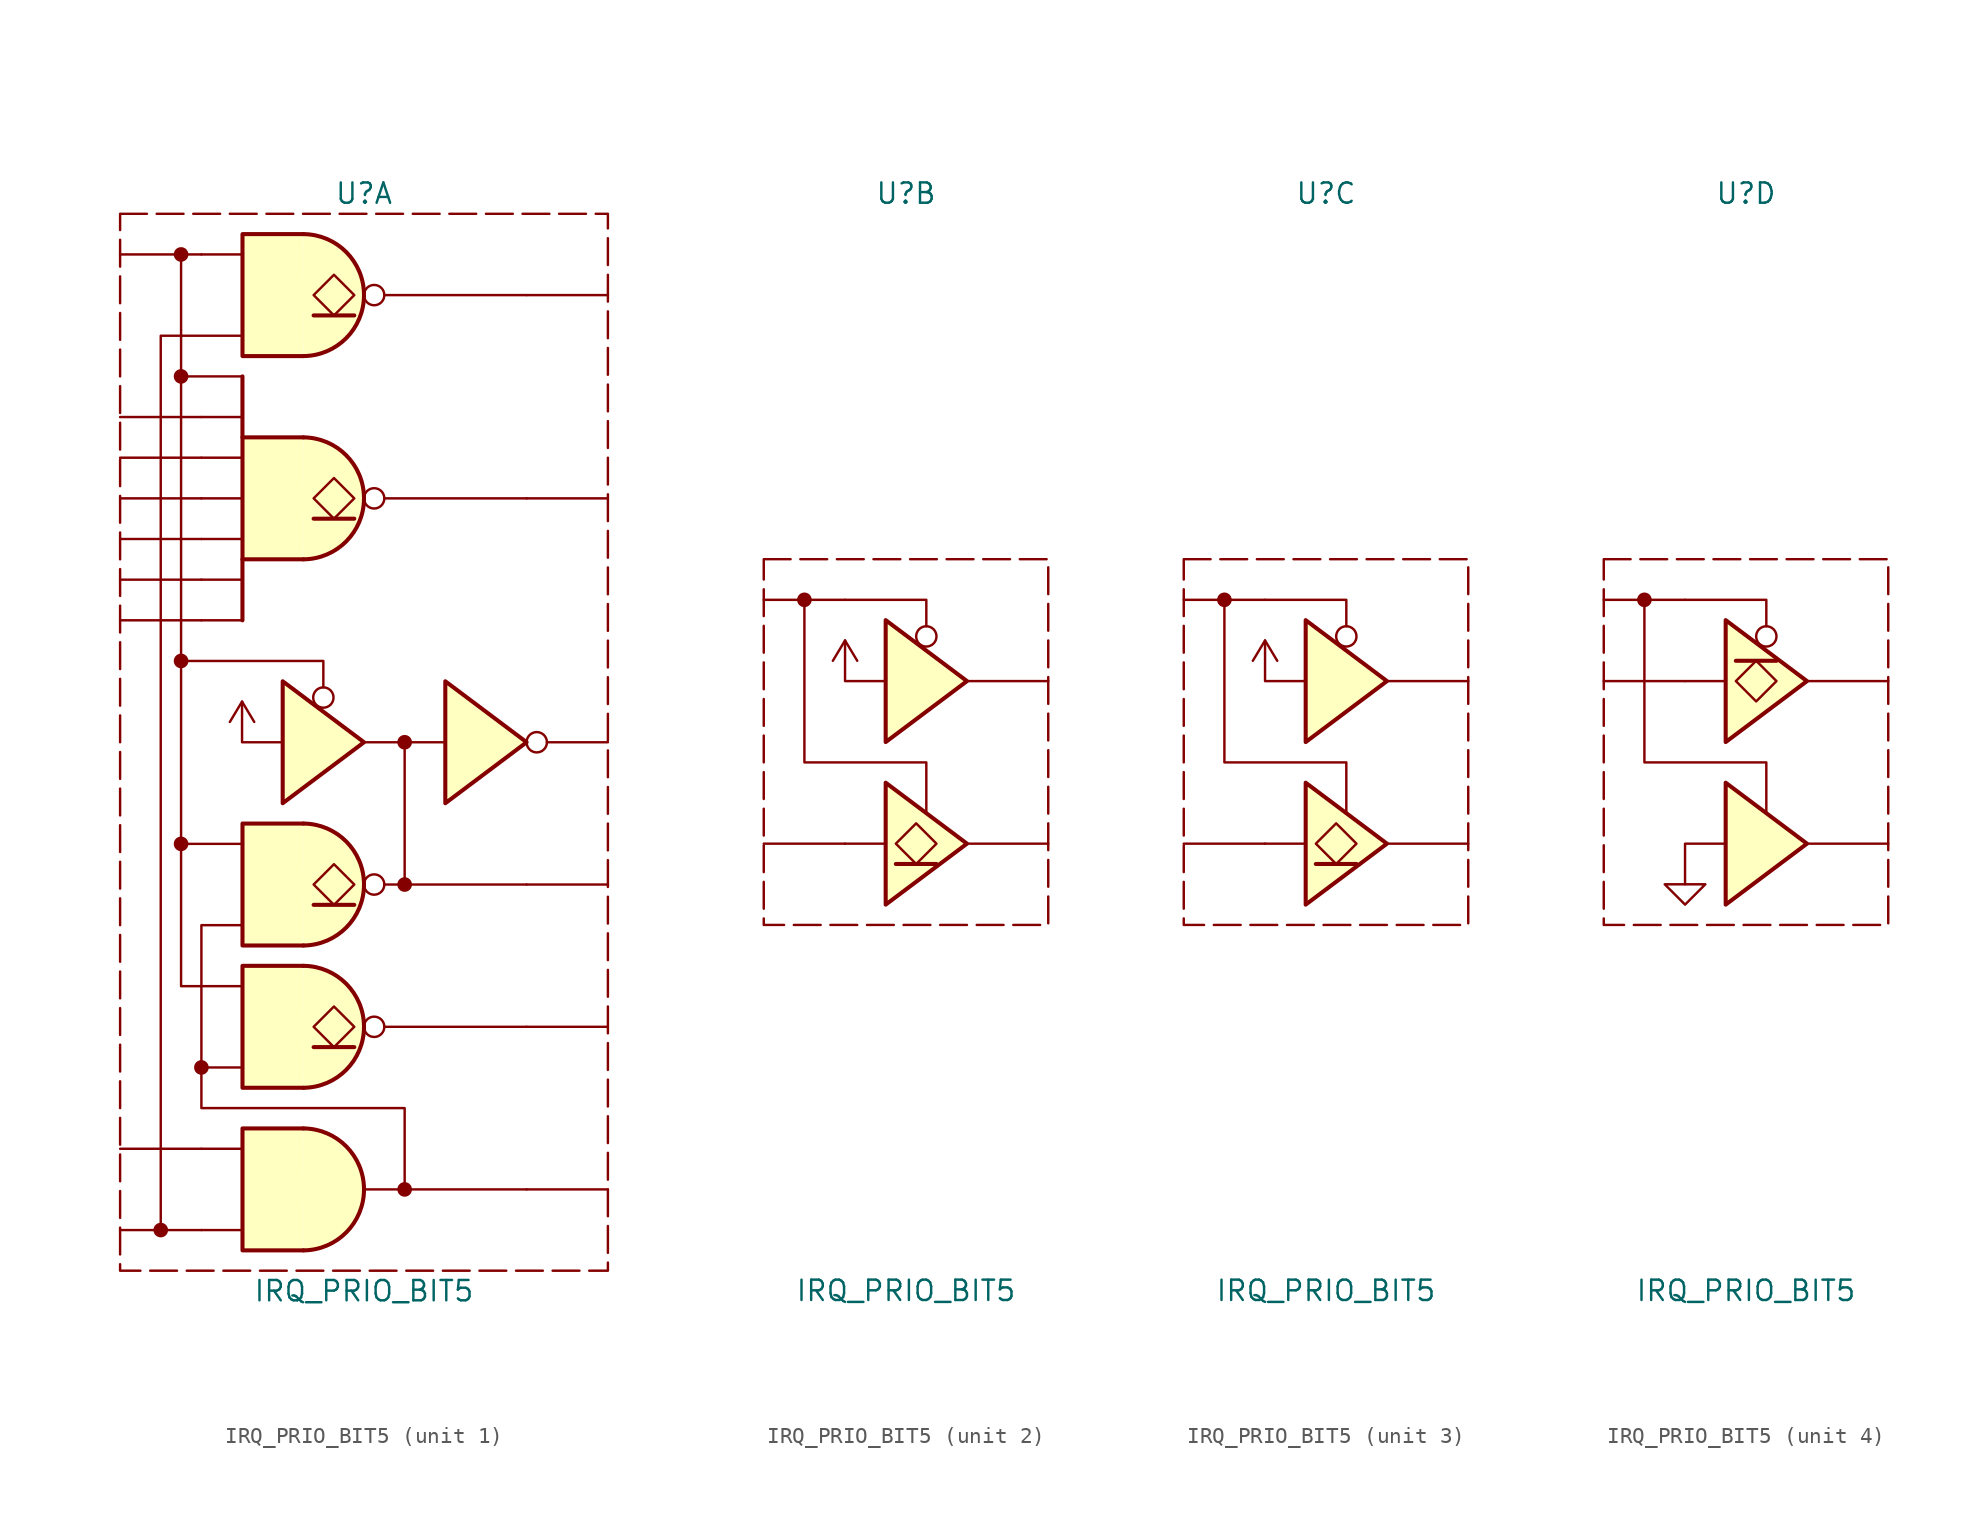
<source format=kicad_sym>
(kicad_symbol_lib
  (version 20231120)
  (generator "kicad_symbol_editor")
  (generator_version "8.0")
  (symbol "IRQ_PRIO_BIT5"
    (pin_numbers hide)
    (pin_names hide)
    (property "Reference" "U"
      (at 0 34.29 0)
      (effects (font (size 1.27 1.27))))
    (property "Value" "IRQ_PRIO_BIT5"
      (at 0 -34.29 0)
      (effects (font (size 1.27 1.27))))
    (property "ki_locked" ""
      (at 0 0 0)
      (effects (font (size 1.27 1.27))))
    (symbol "IRQ_PRIO_BIT5_1_0"
      (polyline (pts (xy -5.08 3.81) (xy -5.08 -3.81) (xy 0 0) (xy -5.08 3.81)) (stroke (width 0.254) (type default)) (fill (type background)))
      (polyline (pts (xy 5.08 3.81) (xy 5.08 -3.81) (xy 10.16 0) (xy 5.08 3.81)) (stroke (width 0.254) (type default)) (fill (type background))))
    (symbol "IRQ_PRIO_BIT5_1_1"
      (rectangle (start -15.24 33.02) (end 15.24 -33.02) (stroke (width 0) (type dash)) (fill (type none)))
      (circle (center -12.7 -30.48) (radius 0.381) (stroke (width 0) (type default)) (fill (type outline)))
      (circle (center -11.43 -6.35) (radius 0.381) (stroke (width 0) (type default)) (fill (type outline)))
      (circle (center -11.43 5.08) (radius 0.381) (stroke (width 0) (type default)) (fill (type outline)))
      (circle (center -11.43 22.86) (radius 0.381) (stroke (width 0) (type default)) (fill (type outline)))
      (circle (center -11.43 30.48) (radius 0.381) (stroke (width 0) (type default)) (fill (type outline)))
      (circle (center -10.16 -20.32) (radius 0.381) (stroke (width 0) (type default)) (fill (type outline)))
      (arc (start -3.7824 -31.75) (mid 0.0001 -27.94) (end -3.7824 -24.13) (stroke (width 0.254) (type default)) (fill (type background)))
      (arc (start -3.7824 -21.59) (mid 0.0001 -17.78) (end -3.7824 -13.97) (stroke (width 0.254) (type default)) (fill (type background)))
      (arc (start -3.7824 -12.7) (mid 0.0001 -8.89) (end -3.7824 -5.08) (stroke (width 0.254) (type default)) (fill (type background)))
      (arc (start -3.7824 11.43) (mid 0.0001 15.24) (end -3.7824 19.05) (stroke (width 0.254) (type default)) (fill (type background)))
      (arc (start -3.7824 24.13) (mid 0.0001 27.94) (end -3.7824 31.75) (stroke (width 0.254) (type default)) (fill (type background)))
      (circle (center -2.54 2.794) (radius 0.635) (stroke (width 0) (type default)) (fill (type none)))
      (polyline (pts (xy -11.43 -6.35) (xy -7.62 -6.35)) (stroke (width 0) (type default)) (fill (type none)))
      (polyline (pts (xy -10.16 -30.48) (xy -7.62 -30.48)) (stroke (width 0) (type default)) (fill (type none)))
      (polyline (pts (xy -10.16 -25.4) (xy -7.62 -25.4)) (stroke (width 0) (type default)) (fill (type none)))
      (polyline (pts (xy -10.16 17.78) (xy -7.62 17.78)) (stroke (width 0) (type default)) (fill (type none)))
      (polyline (pts (xy -10.16 20.32) (xy -7.62 20.32)) (stroke (width 0) (type default)) (fill (type none)))
      (polyline (pts (xy -10.16 30.48) (xy -7.62 30.48)) (stroke (width 0) (type default)) (fill (type none)))
      (polyline (pts (xy -7.62 7.62) (xy -10.16 7.62)) (stroke (width 0) (type default)) (fill (type none)))
      (polyline (pts (xy -7.62 10.16) (xy -10.16 10.16)) (stroke (width 0) (type default)) (fill (type none)))
      (polyline (pts (xy -7.62 12.7) (xy -10.16 12.7)) (stroke (width 0) (type default)) (fill (type none)))
      (polyline (pts (xy -7.62 15.24) (xy -10.16 15.24)) (stroke (width 0) (type default)) (fill (type none)))
      (polyline (pts (xy -7.62 22.86) (xy -11.43 22.86)) (stroke (width 0) (type default)) (fill (type none)))
      (polyline (pts (xy -7.595 11.43) (xy -7.595 7.62)) (stroke (width 0.254) (type default)) (fill (type background)))
      (polyline (pts (xy -7.595 22.86) (xy -7.595 19.05)) (stroke (width 0.254) (type default)) (fill (type background)))
      (polyline (pts (xy -3.147 -19.05) (xy -0.607 -19.05)) (stroke (width 0.254) (type default)) (fill (type none)))
      (polyline (pts (xy -3.147 -10.16) (xy -0.607 -10.16)) (stroke (width 0.254) (type default)) (fill (type none)))
      (polyline (pts (xy -3.147 13.97) (xy -0.607 13.97)) (stroke (width 0.254) (type default)) (fill (type none)))
      (polyline (pts (xy -3.147 26.67) (xy -0.607 26.67)) (stroke (width 0.254) (type default)) (fill (type none)))
      (polyline (pts (xy 2.54 0) (xy 5.08 0)) (stroke (width 0) (type default)) (fill (type none)))
      (polyline (pts (xy 10.16 -27.94) (xy 0 -27.94)) (stroke (width 0) (type default)) (fill (type none)))
      (polyline (pts (xy 10.16 -17.78) (xy 1.27 -17.78)) (stroke (width 0) (type default)) (fill (type none)))
      (polyline (pts (xy 10.16 -8.89) (xy 1.27 -8.89)) (stroke (width 0) (type default)) (fill (type none)))
      (polyline (pts (xy 10.16 15.24) (xy 1.27 15.24)) (stroke (width 0) (type default)) (fill (type none)))
      (polyline (pts (xy 10.16 27.94) (xy 1.27 27.94)) (stroke (width 0) (type default)) (fill (type none)))
      (polyline (pts (xy -11.43 5.08) (xy -2.54 5.08) (xy -2.54 3.429)) (stroke (width 0) (type default)) (fill (type none)))
      (polyline (pts (xy -11.43 30.48) (xy -11.43 -15.24) (xy -7.62 -15.24)) (stroke (width 0) (type default)) (fill (type none)))
      (polyline (pts (xy -10.16 -20.32) (xy -10.16 -11.43) (xy -7.62 -11.43)) (stroke (width 0) (type default)) (fill (type none)))
      (polyline (pts (xy -8.382 1.27) (xy -7.62 2.54) (xy -6.858 1.27)) (stroke (width 0) (type default)) (fill (type none)))
      (polyline (pts (xy -7.62 25.4) (xy -12.7 25.4) (xy -12.7 -30.48)) (stroke (width 0) (type default)) (fill (type none)))
      (polyline (pts (xy -5.08 0) (xy -7.62 0) (xy -7.62 2.54)) (stroke (width 0) (type default)) (fill (type none)))
      (polyline (pts (xy 0 0) (xy 2.54 0) (xy 2.54 -8.89)) (stroke (width 0) (type default)) (fill (type none)))
      (polyline (pts (xy -3.782 -24.13) (xy -7.592 -24.13) (xy -7.592 -31.75) (xy -3.782 -31.75)) (stroke (width 0.254) (type default)) (fill (type background)))
      (polyline (pts (xy -3.782 -13.97) (xy -7.592 -13.97) (xy -7.592 -21.59) (xy -3.782 -21.59)) (stroke (width 0.254) (type default)) (fill (type background)))
      (polyline (pts (xy -3.782 -5.08) (xy -7.592 -5.08) (xy -7.592 -12.7) (xy -3.782 -12.7)) (stroke (width 0.254) (type default)) (fill (type background)))
      (polyline (pts (xy -3.782 19.05) (xy -7.592 19.05) (xy -7.592 11.43) (xy -3.782 11.43)) (stroke (width 0.254) (type default)) (fill (type background)))
      (polyline (pts (xy -3.782 31.75) (xy -7.592 31.75) (xy -7.592 24.13) (xy -3.782 24.13)) (stroke (width 0.254) (type default)) (fill (type background)))
      (polyline (pts (xy -7.62 -20.32) (xy -10.16 -20.32) (xy -10.16 -22.86) (xy 2.54 -22.86) (xy 2.54 -27.94)) (stroke (width 0) (type default)) (fill (type none)))
      (polyline (pts (xy -0.607 -17.78) (xy -1.877 -16.51) (xy -3.147 -17.78) (xy -1.877 -19.05) (xy -0.607 -17.78)) (stroke (width 0) (type default)) (fill (type none)))
      (polyline (pts (xy -0.607 -8.89) (xy -1.877 -7.62) (xy -3.147 -8.89) (xy -1.877 -10.16) (xy -0.607 -8.89)) (stroke (width 0) (type default)) (fill (type none)))
      (polyline (pts (xy -0.607 15.24) (xy -1.877 16.51) (xy -3.147 15.24) (xy -1.877 13.97) (xy -0.607 15.24)) (stroke (width 0) (type default)) (fill (type none)))
      (polyline (pts (xy -0.607 27.94) (xy -1.877 29.21) (xy -3.147 27.94) (xy -1.877 26.67) (xy -0.607 27.94)) (stroke (width 0) (type default)) (fill (type none)))
      (circle (center 0.635 -17.78) (radius 0.635) (stroke (width 0) (type default)) (fill (type none)))
      (circle (center 0.635 -8.89) (radius 0.635) (stroke (width 0) (type default)) (fill (type none)))
      (circle (center 0.635 15.24) (radius 0.635) (stroke (width 0) (type default)) (fill (type none)))
      (circle (center 0.635 27.94) (radius 0.635) (stroke (width 0) (type default)) (fill (type none)))
      (circle (center 2.54 -27.94) (radius 0.381) (stroke (width 0) (type default)) (fill (type outline)))
      (circle (center 2.54 -8.89) (radius 0.381) (stroke (width 0) (type default)) (fill (type outline)))
      (circle (center 2.54 0) (radius 0.381) (stroke (width 0) (type default)) (fill (type outline)))
      (pin input line (at -15.24 -25.4 0) (length 5.08) (name "AND_IN1" (effects (font (size 1.27 1.27)))) (number "" (effects (font (size 1.27 1.27)))))
      (pin input line (at -15.24 -30.48 0) (length 5.08) (name "AND_IN2_NAND_A_IN2" (effects (font (size 1.27 1.27)))) (number "" (effects (font (size 1.27 1.27)))))
      (pin output line (at 15.24 -27.94 180) (length 5.08) (name "AND_Y" (effects (font (size 1.27 1.27)))) (number "" (effects (font (size 1.27 1.27)))))
      (pin tri_state line (at 15.24 27.94 180) (length 5.08) (name "NAND_A_Y" (effects (font (size 1.27 1.27)))) (number "" (effects (font (size 1.27 1.27)))))
      (pin input line (at -15.24 20.32 0) (length 5.08) (name "NAND_B_IN2" (effects (font (size 1.27 1.27)))) (number "" (effects (font (size 1.27 1.27)))))
      (pin input line (at -15.24 17.78 0) (length 5.08) (name "NAND_B_IN3" (effects (font (size 1.27 1.27)))) (number "" (effects (font (size 1.27 1.27)))))
      (pin input line (at -15.24 15.24 0) (length 5.08) (name "NAND_B_IN4" (effects (font (size 1.27 1.27)))) (number "" (effects (font (size 1.27 1.27)))))
      (pin input line (at -15.24 12.7 0) (length 5.08) (name "NAND_B_IN5" (effects (font (size 1.27 1.27)))) (number "" (effects (font (size 1.27 1.27)))))
      (pin input line (at -15.24 10.16 0) (length 5.08) (name "NAND_B_IN6" (effects (font (size 1.27 1.27)))) (number "" (effects (font (size 1.27 1.27)))))
      (pin input line (at -15.24 7.62 0) (length 5.08) (name "NAND_B_IN7" (effects (font (size 1.27 1.27)))) (number "" (effects (font (size 1.27 1.27)))))
      (pin tri_state line (at 15.24 15.24 180) (length 5.08) (name "NAND_B_Y" (effects (font (size 1.27 1.27)))) (number "" (effects (font (size 1.27 1.27)))))
      (pin bidirectional line (at 15.24 -8.89 180) (length 5.08) (name "NAND_C_Y" (effects (font (size 1.27 1.27)))) (number "" (effects (font (size 1.27 1.27)))))
      (pin output inverted (at 15.24 0 180) (length 5.08) (name "NAND_C_~{Y}" (effects (font (size 1.27 1.27)))) (number "" (effects (font (size 1.27 1.27)))))
      (pin tri_state line (at 15.24 -17.78 180) (length 5.08) (name "NAND_D_Y" (effects (font (size 1.27 1.27)))) (number "" (effects (font (size 1.27 1.27)))))
      (pin input line (at -15.24 30.48 0) (length 5.08) (name "~{PCH}" (effects (font (size 1.27 1.27)))) (number "" (effects (font (size 1.27 1.27))))))
    (symbol "IRQ_PRIO_BIT5_2_0"
      (polyline (pts (xy -1.27 -2.54) (xy -1.27 -10.16) (xy 3.81 -6.35) (xy -1.27 -2.54)) (stroke (width 0.254) (type default)) (fill (type background)))
      (polyline (pts (xy -1.27 7.62) (xy -1.27 0) (xy 3.81 3.81) (xy -1.27 7.62)) (stroke (width 0.254) (type default)) (fill (type background))))
    (symbol "IRQ_PRIO_BIT5_2_1"
      (rectangle (start -8.89 11.43) (end 8.89 -11.43) (stroke (width 0) (type dash)) (fill (type none)))
      (circle (center -6.35 8.89) (radius 0.381) (stroke (width 0) (type default)) (fill (type outline)))
      (polyline (pts (xy -3.81 -6.35) (xy -1.27 -6.35)) (stroke (width 0) (type default)) (fill (type none)))
      (polyline (pts (xy -0.635 -7.62) (xy 1.905 -7.62)) (stroke (width 0.254) (type default)) (fill (type none)))
      (polyline (pts (xy -4.572 5.08) (xy -3.81 6.35) (xy -3.048 5.08)) (stroke (width 0) (type default)) (fill (type none)))
      (polyline (pts (xy -3.81 8.89) (xy 1.27 8.89) (xy 1.27 7.239)) (stroke (width 0) (type default)) (fill (type none)))
      (polyline (pts (xy -1.27 3.81) (xy -3.81 3.81) (xy -3.81 6.35)) (stroke (width 0) (type default)) (fill (type none)))
      (polyline (pts (xy 1.27 -4.445) (xy 1.27 -1.27) (xy -6.35 -1.27) (xy -6.35 8.89)) (stroke (width 0) (type default)) (fill (type none)))
      (polyline (pts (xy 1.905 -6.35) (xy 0.635 -5.08) (xy -0.635 -6.35) (xy 0.635 -7.62) (xy 1.905 -6.35)) (stroke (width 0) (type default)) (fill (type none)))
      (circle (center 1.27 6.604) (radius 0.635) (stroke (width 0) (type default)) (fill (type none)))
      (pin input line (at -8.89 8.89 0) (length 5.08) (name "DIST_NAND_A_IN" (effects (font (size 1.27 1.27)))) (number "" (effects (font (size 1.27 1.27)))))
      (pin input line (at -8.89 -6.35 0) (length 5.08) (name "DIST_NAND_A_IN_N" (effects (font (size 1.27 1.27)))) (number "" (effects (font (size 1.27 1.27)))))
      (pin tri_state line (at 8.89 -6.35 180) (length 5.08) (name "DIST_NAND_A_Y_N" (effects (font (size 1.27 1.27)))) (number "" (effects (font (size 1.27 1.27)))))
      (pin tri_state line (at 8.89 3.81 180) (length 5.08) (name "DIST_NAND_A_Y_P" (effects (font (size 1.27 1.27)))) (number "" (effects (font (size 1.27 1.27))))))
    (symbol "IRQ_PRIO_BIT5_3_0"
      (polyline (pts (xy -1.27 -2.54) (xy -1.27 -10.16) (xy 3.81 -6.35) (xy -1.27 -2.54)) (stroke (width 0.254) (type default)) (fill (type background)))
      (polyline (pts (xy -1.27 7.62) (xy -1.27 0) (xy 3.81 3.81) (xy -1.27 7.62)) (stroke (width 0.254) (type default)) (fill (type background))))
    (symbol "IRQ_PRIO_BIT5_3_1"
      (rectangle (start -8.89 11.43) (end 8.89 -11.43) (stroke (width 0) (type dash)) (fill (type none)))
      (circle (center -6.35 8.89) (radius 0.381) (stroke (width 0) (type default)) (fill (type outline)))
      (polyline (pts (xy -3.81 -6.35) (xy -1.27 -6.35)) (stroke (width 0) (type default)) (fill (type none)))
      (polyline (pts (xy -0.635 -7.62) (xy 1.905 -7.62)) (stroke (width 0.254) (type default)) (fill (type none)))
      (polyline (pts (xy -4.572 5.08) (xy -3.81 6.35) (xy -3.048 5.08)) (stroke (width 0) (type default)) (fill (type none)))
      (polyline (pts (xy -3.81 8.89) (xy 1.27 8.89) (xy 1.27 7.239)) (stroke (width 0) (type default)) (fill (type none)))
      (polyline (pts (xy -1.27 3.81) (xy -3.81 3.81) (xy -3.81 6.35)) (stroke (width 0) (type default)) (fill (type none)))
      (polyline (pts (xy 1.27 -4.445) (xy 1.27 -1.27) (xy -6.35 -1.27) (xy -6.35 8.89)) (stroke (width 0) (type default)) (fill (type none)))
      (polyline (pts (xy 1.905 -6.35) (xy 0.635 -5.08) (xy -0.635 -6.35) (xy 0.635 -7.62) (xy 1.905 -6.35)) (stroke (width 0) (type default)) (fill (type none)))
      (circle (center 1.27 6.604) (radius 0.635) (stroke (width 0) (type default)) (fill (type none)))
      (pin input line (at -8.89 8.89 0) (length 5.08) (name "DIST_NAND_B_IN" (effects (font (size 1.27 1.27)))) (number "" (effects (font (size 1.27 1.27)))))
      (pin input line (at -8.89 -6.35 0) (length 5.08) (name "DIST_NAND_B_IN_N" (effects (font (size 1.27 1.27)))) (number "" (effects (font (size 1.27 1.27)))))
      (pin tri_state line (at 8.89 -6.35 180) (length 5.08) (name "DIST_NAND_B_Y_N" (effects (font (size 1.27 1.27)))) (number "" (effects (font (size 1.27 1.27)))))
      (pin tri_state line (at 8.89 3.81 180) (length 5.08) (name "DIST_NAND_B_Y_P" (effects (font (size 1.27 1.27)))) (number "" (effects (font (size 1.27 1.27))))))
    (symbol "IRQ_PRIO_BIT5_4_0"
      (polyline (pts (xy -1.27 -2.54) (xy -1.27 -10.16) (xy 3.81 -6.35) (xy -1.27 -2.54)) (stroke (width 0.254) (type default)) (fill (type background)))
      (polyline (pts (xy -1.27 7.62) (xy -1.27 0) (xy 3.81 3.81) (xy -1.27 7.62)) (stroke (width 0.254) (type default)) (fill (type background))))
    (symbol "IRQ_PRIO_BIT5_4_1"
      (rectangle (start -8.89 11.43) (end 8.89 -11.43) (stroke (width 0) (type dash)) (fill (type none)))
      (circle (center -6.35 8.89) (radius 0.381) (stroke (width 0) (type default)) (fill (type outline)))
      (polyline (pts (xy -3.81 3.81) (xy -1.27 3.81)) (stroke (width 0) (type default)) (fill (type none)))
      (polyline (pts (xy -0.635 5.08) (xy 1.905 5.08)) (stroke (width 0.254) (type default)) (fill (type none)))
      (polyline (pts (xy -3.81 8.89) (xy 1.27 8.89) (xy 1.27 7.239)) (stroke (width 0) (type default)) (fill (type none)))
      (polyline (pts (xy -1.27 -6.35) (xy -3.81 -6.35) (xy -3.81 -8.89)) (stroke (width 0) (type default)) (fill (type none)))
      (polyline (pts (xy -2.54 -8.89) (xy -5.08 -8.89) (xy -3.81 -10.16) (xy -2.54 -8.89)) (stroke (width 0) (type default)) (fill (type none)))
      (polyline (pts (xy 1.27 -4.445) (xy 1.27 -1.27) (xy -6.35 -1.27) (xy -6.35 8.89)) (stroke (width 0) (type default)) (fill (type none)))
      (polyline (pts (xy 1.905 3.81) (xy 0.635 5.08) (xy -0.635 3.81) (xy 0.635 2.54) (xy 1.905 3.81)) (stroke (width 0) (type default)) (fill (type none)))
      (circle (center 1.27 6.604) (radius 0.635) (stroke (width 0) (type default)) (fill (type none)))
      (pin input line (at -8.89 8.89 0) (length 5.08) (name "DIST_NOR_IN" (effects (font (size 1.27 1.27)))) (number "" (effects (font (size 1.27 1.27)))))
      (pin input line (at -8.89 3.81 0) (length 5.08) (name "DIST_NOR_IN_P" (effects (font (size 1.27 1.27)))) (number "" (effects (font (size 1.27 1.27)))))
      (pin tri_state line (at 8.89 -6.35 180) (length 5.08) (name "DIST_NOR_Y_N" (effects (font (size 1.27 1.27)))) (number "" (effects (font (size 1.27 1.27)))))
      (pin tri_state line (at 8.89 3.81 180) (length 5.08) (name "DIST_NOR_Y_P" (effects (font (size 1.27 1.27)))) (number "" (effects (font (size 1.27 1.27))))))))
</source>
